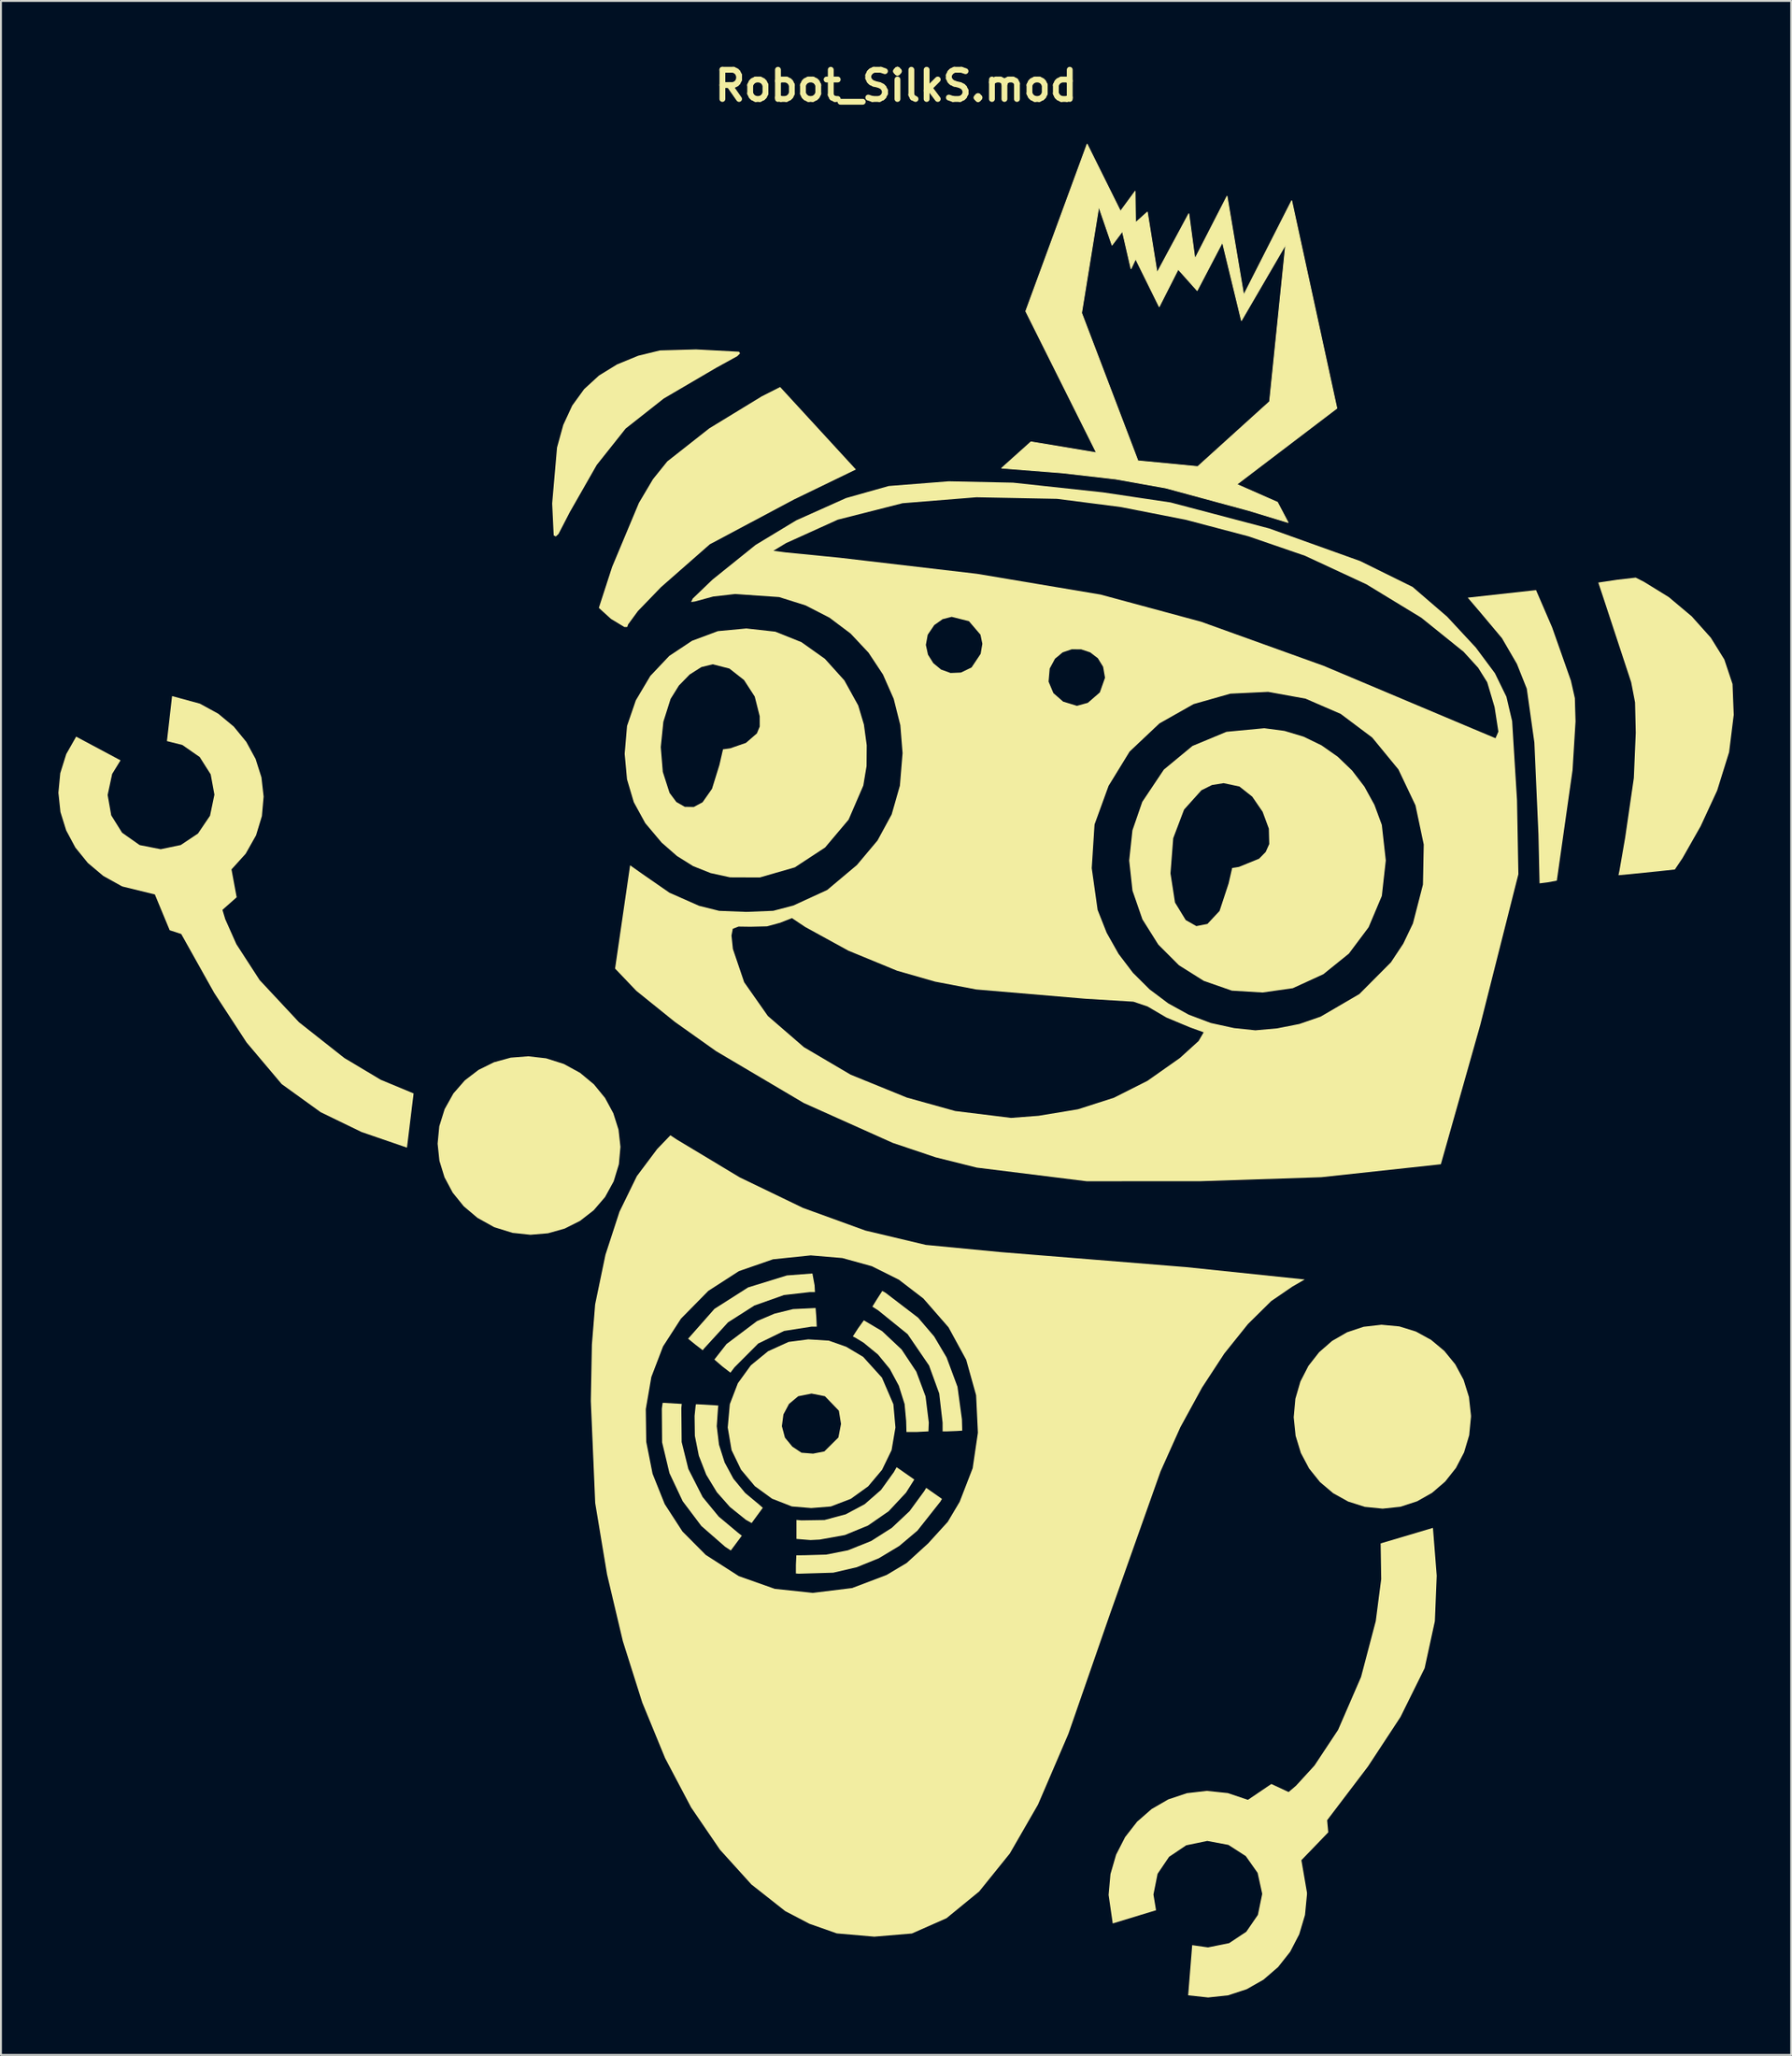
<source format=kicad_pcb>
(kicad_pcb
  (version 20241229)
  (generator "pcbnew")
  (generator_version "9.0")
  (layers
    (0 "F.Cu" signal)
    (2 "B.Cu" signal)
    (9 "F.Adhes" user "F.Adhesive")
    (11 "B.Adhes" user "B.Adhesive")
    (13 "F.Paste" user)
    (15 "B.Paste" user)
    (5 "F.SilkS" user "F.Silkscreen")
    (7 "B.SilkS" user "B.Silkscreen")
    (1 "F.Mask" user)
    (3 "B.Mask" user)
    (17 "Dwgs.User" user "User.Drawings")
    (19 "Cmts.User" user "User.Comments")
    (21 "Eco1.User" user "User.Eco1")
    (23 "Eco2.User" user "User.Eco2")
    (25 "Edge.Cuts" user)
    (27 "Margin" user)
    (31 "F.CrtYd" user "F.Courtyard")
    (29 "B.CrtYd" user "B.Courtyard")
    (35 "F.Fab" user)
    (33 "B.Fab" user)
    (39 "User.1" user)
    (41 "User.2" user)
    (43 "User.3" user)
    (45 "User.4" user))
  (footprint "Robot_SilkS.mod"
    (layer "F.Cu")
    (at 43.753 52.84)
    (property "Reference" "Robot_SilkS.mod" (at 0 -51.413 0) (layer "F.SilkS") (effects (font (size 1.524 1.524) (thickness 0.305))))
    (attr smd)
    (fp_poly (pts (xy -10.474 14.296) (xy -10.862 13.982) (xy -9.484 12.422) (xy -7.728 11.305) (xy -5.703 10.68) (xy -4.37 10.578) (xy -4.255 11.197) (xy -4.236 11.55) (xy -4.517 11.55) (xy -5.854 11.703) (xy -7.4 12.25) (xy -8.776 13.127) (xy -10.028 14.493) (xy -10.098 14.584) (xy -10.474 14.296) (xy -10.474 14.296)) (stroke (width 0) (type solid)) (fill yes) (layer "F.SilkS"))
    (fp_poly (pts (xy -9.077 15.426) (xy -9.491 15.07) (xy -8.856 14.26) (xy -7.266 13.064) (xy -6.356 12.676) (xy -5.383 12.436) (xy -4.203 12.38) (xy -4.164 12.88) (xy -4.143 13.352) (xy -4.416 13.352) (xy -5.85 13.577) (xy -7.2 14.234) (xy -8.442 15.478) (xy -8.651 15.755) (xy -9.077 15.426) (xy -9.077 15.426)) (stroke (width 0) (type solid)) (fill yes) (layer "F.SilkS"))
    (fp_poly (pts (xy 33.552 -12.355) (xy 33.339 -17.136) (xy 32.943 -19.946) (xy 32.426 -21.241) (xy 31.646 -22.581) (xy 30.52 -23.922) (xy 29.859 -24.697) (xy 33.427 -25.09) (xy 34.269 -23.14) (xy 35.248 -20.364) (xy 35.455 -19.447) (xy 35.49 -18.24) (xy 35.333 -15.691) (xy 34.513 -9.927) (xy 34.042 -9.839) (xy 33.61 -9.784) (xy 33.552 -12.355)) (stroke (width 0) (type solid)) (fill yes) (layer "F.SilkS"))
    (fp_poly (pts (xy -8.931 24.838) (xy -10.169 23.758) (xy -11.144 22.465) (xy -11.836 20.997) (xy -12.22 19.39) (xy -12.234 17.633) (xy -12.191 17.327) (xy -11.193 17.385) (xy -11.216 17.604) (xy -11.199 19.373) (xy -10.849 20.782) (xy -10.102 22.247) (xy -9.262 23.268) (xy -8.259 24.106) (xy -8.057 24.264) (xy -8.631 25.036) (xy -8.931 24.838) (xy -8.931 24.838)) (stroke (width 0) (type solid)) (fill yes) (layer "F.SilkS"))
    (fp_poly (pts (xy -14.89 -23.586) (xy -15.525 -24.162) (xy -14.831 -26.301) (xy -13.432 -29.641) (xy -12.699 -30.877) (xy -11.951 -31.806) (xy -9.755 -33.533) (xy -7.01 -35.207) (xy -6.055 -35.69) (xy -4.076 -33.538) (xy -2.097 -31.385) (xy -5.33 -29.82) (xy -9.729 -27.48) (xy -12.278 -25.244) (xy -13.485 -23.995) (xy -13.996 -23.298) (xy -14.041 -23.164) (xy -14.19 -23.163) (xy -14.89 -23.586)) (stroke (width 0) (type solid)) (fill yes) (layer "F.SilkS"))
    (fp_poly (pts (xy 0.526 18.271) (xy 0.445 17.392) (xy 0.142 16.431) (xy -0.327 15.56) (xy -0.947 14.804) (xy -1.703 14.186) (xy -2.115 13.935) (xy -2.257 13.863) (xy -1.985 13.442) (xy -1.684 13.022) (xy -0.733 13.584) (xy 0.288 14.543) (xy 1.056 15.698) (xy 1.54 16.991) (xy 1.71 18.36) (xy 1.691 18.818) (xy 1.107 18.849) (xy 0.542 18.849) (xy 0.526 18.271)) (stroke (width 0) (type solid)) (fill yes) (layer "F.SilkS"))
    (fp_poly (pts (xy 2.43 18.361) (xy 2.254 16.842) (xy 1.723 15.38) (xy 0.604 13.745) (xy -0.926 12.508) (xy -1.238 12.308) (xy -0.979 11.89) (xy -0.72 11.489) (xy -0.551 11.583) (xy 1.152 12.885) (xy 1.989 13.864) (xy 2.638 14.959) (xy 3.208 16.489) (xy 3.44 18.191) (xy 3.456 18.78) (xy 3.177 18.799) (xy 2.665 18.819) (xy 2.431 18.819) (xy 2.43 18.361) (xy 2.43 18.361)) (stroke (width 0) (type solid)) (fill yes) (layer "F.SilkS"))
    (fp_poly (pts (xy -5.09 26.248) (xy -5.233 26.235) (xy -5.232 25.779) (xy -5.209 25.286) (xy -4.782 25.282) (xy -3.652 25.25) (xy -2.512 25.025) (xy -1.302 24.54) (xy -0.225 23.856) (xy 0.705 22.983) (xy 1.474 21.933) (xy 1.574 21.767) (xy 1.986 22.055) (xy 2.397 22.343) (xy 2.317 22.481) (xy 1.118 23.997) (xy 0.168 24.799) (xy -0.897 25.44) (xy -2.054 25.909) (xy -3.28 26.194) (xy -5.09 26.248) (xy -5.09 26.248)) (stroke (width 0) (type solid)) (fill yes) (layer "F.SilkS"))
    (fp_poly (pts (xy -4.647 24.477) (xy -4.985 24.449) (xy -5.203 24.431) (xy -5.203 23.935) (xy -5.203 23.44) (xy -4.94 23.464) (xy -3.741 23.445) (xy -2.634 23.149) (xy -1.637 22.617) (xy -0.786 21.875) (xy -0.117 20.946) (xy 0.028 20.687) (xy 0.484 21.005) (xy 0.952 21.332) (xy 0.518 22.019) (xy -0.388 22.988) (xy -1.464 23.732) (xy -2.676 24.23) (xy -3.988 24.466) (xy -4.467 24.491) (xy -4.647 24.477) (xy -4.647 24.477)) (stroke (width 0) (type solid)) (fill yes) (layer "F.SilkS"))
    (fp_poly (pts (xy -17.882 -27.945) (xy -17.962 -29.612) (xy -17.709 -32.53) (xy -17.383 -33.711) (xy -16.914 -34.723) (xy -16.294 -35.578) (xy -15.518 -36.289) (xy -14.578 -36.867) (xy -13.466 -37.324) (xy -12.332 -37.6) (xy -10.452 -37.653) (xy -8.201 -37.533) (xy -8.15 -37.442) (xy -8.296 -37.297) (xy -9.397 -36.692) (xy -12.132 -35.091) (xy -14.125 -33.521) (xy -15.634 -31.623) (xy -17.04 -29.162) (xy -17.632 -28.018) (xy -17.77 -27.891) (xy -17.882 -27.945) (xy -17.882 -27.945)) (stroke (width 0) (type solid)) (fill yes) (layer "F.SilkS"))
    (fp_poly (pts (xy -7.848 23.432) (xy -8.676 22.766) (xy -9.359 21.995) (xy -9.915 21.081) (xy -10.302 20.087) (xy -10.509 19.052) (xy -10.524 18.016) (xy -10.47 17.488) (xy -10.451 17.402) (xy -10.057 17.421) (xy -9.472 17.456) (xy -9.281 17.473) (xy -9.299 17.583) (xy -9.365 18.549) (xy -9.249 19.512) (xy -8.956 20.437) (xy -8.496 21.29) (xy -7.879 22.035) (xy -7.165 22.628) (xy -6.961 22.807) (xy -7.544 23.603) (xy -7.848 23.432) (xy -7.848 23.432)) (stroke (width 0) (type solid)) (fill yes) (layer "F.SilkS"))
    (fp_poly (pts (xy 37.782 -10.443) (xy 38.081 -12.165) (xy 38.535 -15.285) (xy 38.636 -17.645) (xy 38.599 -19.229) (xy 38.396 -20.279) (xy 36.901 -24.816) (xy 36.678 -25.484) (xy 37.674 -25.633) (xy 38.632 -25.743) (xy 39.06 -25.526) (xy 40.36 -24.726) (xy 41.557 -23.721) (xy 42.556 -22.605) (xy 43.261 -21.47) (xy 43.69 -20.187) (xy 43.753 -18.579) (xy 43.511 -16.632) (xy 42.886 -14.629) (xy 42.024 -12.768) (xy 41.078 -11.103) (xy 40.677 -10.508) (xy 39.828 -10.416) (xy 38.355 -10.266) (xy 37.732 -10.209) (xy 37.782 -10.443)) (stroke (width 0) (type solid)) (fill yes) (layer "F.SilkS"))
    (fp_poly (pts (xy -21.016 8.146) (xy -21.864 7.675) (xy -22.582 7.07) (xy -23.159 6.356) (xy -23.586 5.556) (xy -23.851 4.696) (xy -23.945 3.801) (xy -23.858 2.894) (xy -23.579 2) (xy -23.122 1.183) (xy -22.523 0.497) (xy -21.807 -0.05) (xy -21 -0.448) (xy -20.127 -0.687) (xy -19.211 -0.759) (xy -18.278 -0.652) (xy -17.354 -0.359) (xy -16.503 0.106) (xy -15.781 0.706) (xy -15.2 1.417) (xy -14.768 2.214) (xy -14.496 3.072) (xy -14.396 3.968) (xy -14.477 4.875) (xy -14.75 5.771) (xy -15.202 6.591) (xy -15.796 7.281) (xy -16.508 7.833) (xy -17.312 8.236) (xy -18.184 8.481) (xy -19.099 8.558) (xy -20.032 8.458) (xy -20.958 8.171) (xy -21.016 8.146)) (stroke (width 0) (type solid)) (fill yes) (layer "F.SilkS"))
    (fp_poly (pts (xy 30.03 18.052) (xy 29.936 19.017) (xy 29.667 19.916) (xy 29.242 20.73) (xy 28.679 21.44) (xy 27.996 22.027) (xy 27.212 22.47) (xy 26.345 22.752) (xy 25.415 22.852) (xy 24.483 22.758) (xy 23.615 22.482) (xy 22.828 22.044) (xy 22.141 21.463) (xy 21.574 20.757) (xy 21.143 19.945) (xy 20.869 19.048) (xy 20.769 18.083) (xy 20.857 17.117) (xy 21.119 16.216) (xy 21.539 15.399) (xy 22.098 14.686) (xy 22.777 14.095) (xy 23.558 13.646) (xy 24.423 13.358) (xy 25.353 13.252) (xy 26.285 13.339) (xy 27.155 13.609) (xy 27.945 14.042) (xy 28.635 14.618) (xy 29.208 15.32) (xy 29.643 16.129) (xy 29.923 17.024) (xy 30.029 17.988) (xy 30.03 18.052)) (stroke (width 0) (type solid)) (fill yes) (layer "F.SilkS"))
    (fp_poly (pts (xy 9.979 -48.365) (xy 10.59 -45.112) (xy 11.281 -43.099) (xy 11.822 -43.82) (xy 12.272 -41.868) (xy 12.513 -42.378) (xy 13.744 -39.885) (xy 14.735 -41.838) (xy 15.727 -40.726) (xy 17.048 -43.25) (xy 18.04 -39.164) (xy 20.352 -43.129) (xy 19.511 -34.929) (xy 15.757 -31.535) (xy 12.633 -31.835) (xy 9.689 -39.555) (xy 10.59 -45.112) (xy 9.979 -48.365) (xy 6.775 -39.645) (xy 10.47 -32.256) (xy 7.046 -32.826) (xy 5.519 -31.458) (xy 8.67 -31.211) (xy 11.471 -30.889) (xy 14.075 -30.424) (xy 18.4 -29.252) (xy 20.473 -28.621) (xy 19.919 -29.674) (xy 17.795 -30.609) (xy 23.021 -34.581) (xy 20.663 -45.413) (xy 18.157 -40.485) (xy 17.286 -45.647) (xy 15.608 -42.376) (xy 15.289 -44.733) (xy 13.632 -41.654) (xy 13.123 -44.818) (xy 12.507 -44.266) (xy 12.485 -45.902) (xy 11.721 -44.861) (xy 9.979 -48.365)) (stroke (width 0.045) (type solid)) (fill yes) (layer "F.SilkS"))
    (fp_poly (pts (xy -5.445 22.736) (xy -3.745 19.864) (xy -3.012 19.137) (xy -2.876 18.428) (xy -2.988 17.738) (xy -3.716 16.984) (xy -4.414 16.846) (xy -5.112 16.985) (xy -5.591 17.385) (xy -5.883 17.933) (xy -5.963 18.547) (xy -5.804 19.146) (xy -5.418 19.615) (xy -4.94 19.932) (xy -4.335 19.98) (xy -3.745 19.864) (xy -3.745 19.864) (xy -5.445 22.736) (xy -6.476 22.333) (xy -7.376 21.679) (xy -8.097 20.818) (xy -8.592 19.795) (xy -8.792 18.616) (xy -8.684 17.4) (xy -8.264 16.307) (xy -7.585 15.371) (xy -6.687 14.637) (xy -5.614 14.149) (xy -4.585 14.015) (xy -3.512 14.082) (xy -2.599 14.405) (xy -1.721 14.928) (xy -0.738 16.014) (xy -0.141 17.4) (xy -0.033 18.616) (xy -0.233 19.795) (xy -0.732 20.825) (xy -1.458 21.688) (xy -2.365 22.34) (xy -3.407 22.738) (xy -4.429 22.82) (xy -5.445 22.736) (xy -5.445 22.736)) (stroke (width 0) (type solid)) (fill yes) (layer "F.SilkS"))
    (fp_poly (pts (xy 17.539 -4.184) (xy 16.262 -7.667) (xy 16.896 -8.344) (xy 17.368 -9.776) (xy 17.555 -10.587) (xy 17.907 -10.643) (xy 18.959 -11.07) (xy 19.305 -11.421) (xy 19.492 -11.837) (xy 19.471 -12.64) (xy 19.145 -13.522) (xy 18.603 -14.311) (xy 17.934 -14.839) (xy 17.106 -15.014) (xy 16.501 -14.917) (xy 15.949 -14.643) (xy 15.043 -13.635) (xy 14.476 -12.141) (xy 14.334 -10.305) (xy 14.569 -8.785) (xy 15.129 -7.869) (xy 15.685 -7.554) (xy 16.262 -7.667) (xy 16.262 -7.667) (xy 17.539 -4.184) (xy 16.074 -4.694) (xy 14.779 -5.507) (xy 13.696 -6.589) (xy 12.867 -7.907) (xy 12.349 -9.402) (xy 12.176 -10.978) (xy 12.346 -12.552) (xy 12.86 -14.039) (xy 13.987 -15.722) (xy 15.482 -16.957) (xy 17.258 -17.694) (xy 19.232 -17.881) (xy 20.289 -17.741) (xy 21.29 -17.44) (xy 22.221 -16.988) (xy 23.068 -16.395) (xy 23.82 -15.673) (xy 24.463 -14.832) (xy 24.985 -13.883) (xy 25.372 -12.836) (xy 25.579 -10.982) (xy 25.373 -9.13) (xy 24.682 -7.493) (xy 23.65 -6.116) (xy 22.317 -5.042) (xy 20.723 -4.312) (xy 19.142 -4.087) (xy 17.539 -4.184) (xy 17.539 -4.184)) (stroke (width 0) (type solid)) (fill yes) (layer "F.SilkS"))
    (fp_poly (pts (xy -8.67 -10.098) (xy -10.106 -14.018) (xy -9.613 -14.72) (xy -9.228 -15.962) (xy -9.039 -16.78) (xy -8.666 -16.831) (xy -7.842 -17.116) (xy -7.269 -17.611) (xy -7.121 -17.968) (xy -7.122 -18.507) (xy -7.381 -19.532) (xy -7.942 -20.398) (xy -8.706 -20.996) (xy -9.575 -21.218) (xy -10.169 -21.073) (xy -10.783 -20.683) (xy -11.343 -20.109) (xy -11.777 -19.411) (xy -12.154 -18.22) (xy -12.29 -16.894) (xy -12.183 -15.6) (xy -11.831 -14.507) (xy -11.475 -14.029) (xy -11.036 -13.779) (xy -10.563 -13.771) (xy -10.106 -14.018) (xy -10.106 -14.018) (xy -8.67 -10.098) (xy -9.69 -10.321) (xy -10.602 -10.685) (xy -11.442 -11.21) (xy -12.245 -11.912) (xy -13.1 -12.927) (xy -13.699 -14.021) (xy -14.054 -15.218) (xy -14.175 -16.546) (xy -14.052 -18) (xy -13.593 -19.336) (xy -12.835 -20.611) (xy -11.846 -21.656) (xy -10.658 -22.445) (xy -9.305 -22.949) (xy -7.819 -23.088) (xy -6.305 -22.92) (xy -4.946 -22.376) (xy -3.718 -21.505) (xy -2.702 -20.379) (xy -1.978 -19.071) (xy -1.679 -18.072) (xy -1.532 -16.992) (xy -1.541 -15.906) (xy -1.711 -14.889) (xy -2.479 -13.111) (xy -3.707 -11.656) (xy -5.288 -10.619) (xy -7.117 -10.092) (xy -8.67 -10.098) (xy -8.67 -10.098)) (stroke (width 0) (type solid)) (fill yes) (layer "F.SilkS"))
    (fp_poly (pts (xy -25.546 4.01) (xy -25.2 1.18) (xy -26.92 0.465) (xy -28.818 -0.669) (xy -31.185 -2.535) (xy -33.241 -4.736) (xy -34.457 -6.61) (xy -35.037 -7.912) (xy -35.185 -8.401) (xy -34.441 -9.059) (xy -34.712 -10.512) (xy -33.97 -11.333) (xy -33.428 -12.294) (xy -33.123 -13.297) (xy -33.033 -14.313) (xy -33.147 -15.316) (xy -33.453 -16.277) (xy -33.939 -17.17) (xy -34.593 -17.967) (xy -35.404 -18.64) (xy -36.36 -19.163) (xy -37.815 -19.559) (xy -38.084 -17.209) (xy -37.278 -17.007) (xy -36.373 -16.379) (xy -35.799 -15.475) (xy -35.604 -14.415) (xy -35.833 -13.314) (xy -36.463 -12.384) (xy -37.361 -11.785) (xy -38.409 -11.566) (xy -39.49 -11.778) (xy -39.524 -11.793) (xy -40.426 -12.427) (xy -40.993 -13.334) (xy -41.181 -14.397) (xy -40.945 -15.495) (xy -40.508 -16.205) (xy -42.825 -17.442) (xy -43.344 -16.53) (xy -43.656 -15.53) (xy -43.753 -14.514) (xy -43.646 -13.511) (xy -43.346 -12.548) (xy -42.866 -11.652) (xy -42.217 -10.851) (xy -41.411 -10.173) (xy -40.458 -9.644) (xy -40.393 -9.616) (xy -38.715 -9.206) (xy -37.94 -7.338) (xy -37.338 -7.142) (xy -35.615 -4.068) (xy -33.924 -1.48) (xy -32.089 0.693) (xy -30.053 2.16) (xy -27.917 3.195) (xy -25.546 4.01) (xy -25.546 4.01)) (stroke (width 0) (type solid)) (fill yes) (layer "F.SilkS"))
    (fp_poly (pts (xy 28.042 23.855) (xy 25.309 24.666) (xy 25.339 26.528) (xy 25.055 28.721) (xy 24.287 31.635) (xy 23.088 34.398) (xy 21.854 36.26) (xy 20.891 37.312) (xy 20.503 37.642) (xy 19.601 37.222) (xy 18.378 38.05) (xy 17.328 37.697) (xy 16.231 37.582) (xy 15.19 37.702) (xy 14.222 38.025) (xy 13.348 38.529) (xy 12.588 39.193) (xy 11.963 39.995) (xy 11.493 40.912) (xy 11.199 41.925) (xy 11.101 43.009) (xy 11.317 44.502) (xy 13.579 43.812) (xy 13.444 42.992) (xy 13.659 41.911) (xy 14.259 41.025) (xy 15.154 40.423) (xy 16.254 40.195) (xy 17.359 40.402) (xy 18.266 40.986) (xy 18.884 41.861) (xy 19.121 42.937) (xy 19.121 42.974) (xy 18.899 44.053) (xy 18.293 44.935) (xy 17.394 45.531) (xy 16.292 45.752) (xy 15.467 45.634) (xy 15.256 48.252) (xy 16.3 48.365) (xy 17.341 48.253) (xy 18.311 47.936) (xy 19.188 47.438) (xy 19.952 46.78) (xy 20.583 45.983) (xy 21.058 45.068) (xy 21.359 44.058) (xy 21.464 42.974) (xy 21.464 42.902) (xy 21.171 41.2) (xy 22.575 39.745) (xy 22.515 39.114) (xy 24.648 36.309) (xy 26.346 33.726) (xy 27.608 31.178) (xy 28.142 28.725) (xy 28.239 26.353) (xy 28.042 23.855) (xy 28.042 23.855)) (stroke (width 0) (type solid)) (fill yes) (layer "F.SilkS"))
    (fp_poly (pts (xy -3.096 45.021) (xy -2.295 26.996) (xy -0.493 26.312) (xy 0.553 25.688) (xy 1.676 24.664) (xy 2.699 23.541) (xy 3.321 22.496) (xy 4.001 20.741) (xy 4.274 18.887) (xy 4.18 16.929) (xy 3.663 15.081) (xy 2.738 13.385) (xy 1.425 11.882) (xy 0.147 10.902) (xy -1.265 10.198) (xy -2.803 9.773) (xy -4.458 9.633) (xy -6.427 9.838) (xy -8.207 10.454) (xy -9.806 11.485) (xy -11.236 12.937) (xy -12.172 14.386) (xy -12.782 15.979) (xy -13.072 17.657) (xy -13.049 19.36) (xy -12.718 21.032) (xy -12.085 22.612) (xy -11.158 24.043) (xy -9.941 25.266) (xy -8.213 26.374) (xy -6.335 27.038) (xy -4.348 27.248) (xy -2.295 26.996) (xy -3.096 45.021) (xy -4.523 44.519) (xy -5.789 43.858) (xy -7.555 42.467) (xy -9.198 40.653) (xy -10.706 38.445) (xy -12.063 35.874) (xy -13.257 32.97) (xy -14.272 29.762) (xy -15.096 26.281) (xy -15.715 22.556) (xy -15.943 17.233) (xy -15.887 14.292) (xy -15.718 12.19) (xy -15.179 9.6) (xy -14.446 7.352) (xy -13.539 5.496) (xy -12.478 4.082) (xy -11.787 3.364) (xy -11.457 3.583) (xy -8.164 5.562) (xy -4.862 7.154) (xy -1.605 8.336) (xy 1.554 9.086) (xy 5.458 9.461) (xy 15.146 10.244) (xy 21.344 10.89) (xy 20.696 11.265) (xy 19.596 12.017) (xy 18.381 13.215) (xy 17.146 14.754) (xy 15.983 16.53) (xy 14.849 18.603) (xy 13.812 20.913) (xy 11.17 28.361) (xy 9.001 34.605) (xy 7.415 38.295) (xy 5.942 40.849) (xy 4.343 42.831) (xy 2.634 44.229) (xy 0.828 45.026) (xy -1.136 45.191) (xy -3.097 45.021) (xy -3.096 45.021)) (stroke (width 0) (type solid)) (fill yes) (layer "F.SilkS"))
    (fp_poly (pts (xy 9.953 5.764) (xy 7.448 2.347) (xy 9.503 2.006) (xy 11.378 1.405) (xy 13.132 0.521) (xy 14.825 -0.67) (xy 15.8 -1.554) (xy 16.067 -2.01) (xy 15.36 -2.265) (xy 14.123 -2.78) (xy 13.137 -3.358) (xy 12.399 -3.608) (xy 9.89 -3.762) (xy 4.185 -4.246) (xy 2.036 -4.656) (xy 0.054 -5.224) (xy -2.489 -6.27) (xy -4.742 -7.505) (xy -5.44 -7.97) (xy -6.059 -7.726) (xy -6.744 -7.541) (xy -7.61 -7.52) (xy -8.228 -7.529) (xy -8.528 -7.413) (xy -8.596 -7.06) (xy -8.522 -6.357) (xy -7.933 -4.623) (xy -6.696 -2.862) (xy -4.816 -1.236) (xy -2.371 0.202) (xy 0.562 1.395) (xy 3.085 2.097) (xy 6.006 2.457) (xy 7.448 2.347) (xy 9.953 5.764) (xy 21.065 -2.445) (xy 22.177 -2.828) (xy 24.198 -4.007) (xy 25.845 -5.66) (xy 26.491 -6.634) (xy 26.997 -7.692) (xy 27.52 -9.719) (xy 27.561 -11.814) (xy 27.129 -13.858) (xy 26.238 -15.731) (xy 24.87 -17.395) (xy 23.225 -18.628) (xy 21.386 -19.425) (xy 19.436 -19.779) (xy 17.459 -19.685) (xy 15.538 -19.139) (xy 13.757 -18.133) (xy 12.199 -16.664) (xy 11.099 -14.872) (xy 10.367 -12.859) (xy 10.22 -10.579) (xy 10.527 -8.4) (xy 11.001 -7.202) (xy 11.621 -6.104) (xy 12.372 -5.116) (xy 13.243 -4.25) (xy 14.22 -3.518) (xy 15.29 -2.929) (xy 16.439 -2.497) (xy 17.656 -2.231) (xy 18.767 -2.114) (xy 19.904 -2.216) (xy 19.904 -2.216) (xy 21.065 -2.445) (xy 9.953 5.764) (xy 4.214 5.051) (xy 2.075 4.517) (xy -0.172 3.762) (xy -4.823 1.678) (xy -9.4 -1.026) (xy -11.555 -2.555) (xy -13.566 -4.174) (xy -14.677 -5.337) (xy -13.891 -10.728) (xy -13.251 -10.275) (xy -11.838 -9.297) (xy -10.292 -8.613) (xy -9.237 -8.35) (xy -7.829 -8.295) (xy -6.418 -8.352) (xy -5.366 -8.627) (xy -3.597 -9.439) (xy 15.936 -23.439) (xy 22.345 -21.134) (xy 30.139 -17.851) (xy 31.31 -17.36) (xy 31.46 -17.704) (xy 31.46 -17.704) (xy 31.261 -18.986) (xy 30.876 -20.282) (xy 30.403 -21.038) (xy 29.645 -21.87) (xy 27.434 -23.649) (xy 24.565 -25.394) (xy 21.36 -26.882) (xy 18.406 -27.897) (xy 15.136 -28.759) (xy 11.741 -29.425) (xy 8.409 -29.853) (xy 4.198 -29.936) (xy 0.341 -29.625) (xy -3.045 -28.765) (xy -5.744 -27.544) (xy -6.407 -27.143) (xy -5.766 -27.059) (xy -2.963 -26.782) (xy 4.233 -25.94) (xy 10.686 -24.857) (xy 15.936 -23.439) (xy -3.597 -9.439) (xy 10.015 -19.206) (xy 10.643 -19.75) (xy 10.914 -20.517) (xy 10.813 -21.091) (xy 10.539 -21.535) (xy 10.141 -21.84) (xy 9.67 -21.998) (xy 9.173 -22.001) (xy 8.701 -21.84) (xy 8.302 -21.509) (xy 8.025 -20.998) (xy 7.966 -20.314) (xy 8.217 -19.715) (xy 8.727 -19.27) (xy 9.447 -19.05) (xy 10.015 -19.206) (xy -3.597 -9.439) (xy -2.044 -10.743) (xy -0.97 -12.021) (xy 3.943 -21.053) (xy 4.418 -21.764) (xy 4.506 -22.289) (xy 4.409 -22.763) (xy 3.807 -23.467) (xy 2.906 -23.695) (xy 2.434 -23.574) (xy 1.996 -23.266) (xy 1.653 -22.76) (xy 1.556 -22.23) (xy 1.667 -21.721) (xy 1.945 -21.277) (xy 2.351 -20.944) (xy 2.845 -20.765) (xy 3.389 -20.787) (xy 3.943 -21.053) (xy -0.97 -12.021) (xy -0.229 -13.383) (xy 0.2 -14.885) (xy 0.34 -16.581) (xy 0.222 -18.042) (xy -0.124 -19.416) (xy -0.684 -20.685) (xy -1.44 -21.827) (xy -2.376 -22.823) (xy -3.478 -23.651) (xy -4.728 -24.293) (xy -6.11 -24.727) (xy -8.405 -24.886) (xy -9.549 -24.756) (xy -10.502 -24.497) (xy -10.706 -24.467) (xy -10.62 -24.649) (xy -9.589 -25.638) (xy -7.336 -27.449) (xy -5.218 -28.729) (xy -2.609 -29.896) (xy -0.38 -30.524) (xy 2.751 -30.77) (xy 6.109 -30.699) (xy 10.804 -30.192) (xy 14.339 -29.665) (xy 19.49 -28.308) (xy 24.244 -26.606) (xy 26.979 -25.257) (xy 28.785 -23.702) (xy 30.279 -22.094) (xy 31.278 -20.754) (xy 31.879 -19.525) (xy 32.178 -18.252) (xy 32.433 -14.124) (xy 32.504 -10.262) (xy 30.519 -2.414) (xy 28.456 4.877) (xy 22.209 5.553) (xy 15.884 5.762) (xy 9.953 5.764)) (stroke (width 0) (type solid)) (fill yes) (layer "F.SilkS")))
  (gr_rect
    (start -3 -3)
    (end 90.506 104.205)
    (stroke (width 0.1) (type default))
    (fill no)
    (layer "Edge.Cuts")))
</source>
